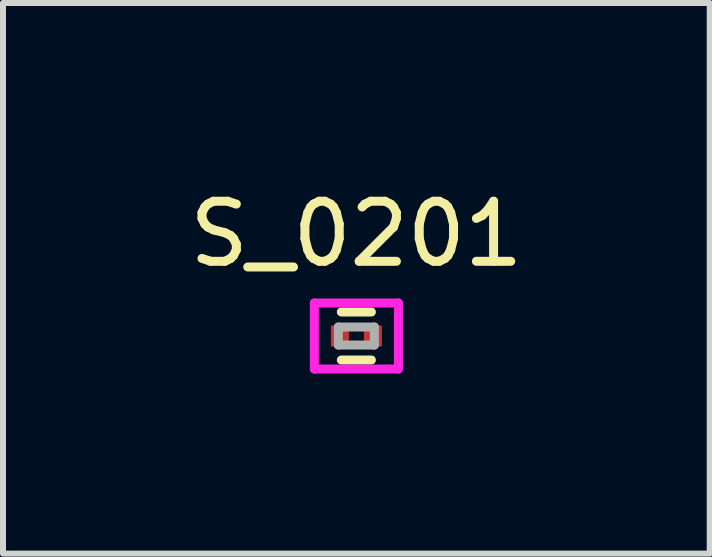
<source format=kicad_pcb>
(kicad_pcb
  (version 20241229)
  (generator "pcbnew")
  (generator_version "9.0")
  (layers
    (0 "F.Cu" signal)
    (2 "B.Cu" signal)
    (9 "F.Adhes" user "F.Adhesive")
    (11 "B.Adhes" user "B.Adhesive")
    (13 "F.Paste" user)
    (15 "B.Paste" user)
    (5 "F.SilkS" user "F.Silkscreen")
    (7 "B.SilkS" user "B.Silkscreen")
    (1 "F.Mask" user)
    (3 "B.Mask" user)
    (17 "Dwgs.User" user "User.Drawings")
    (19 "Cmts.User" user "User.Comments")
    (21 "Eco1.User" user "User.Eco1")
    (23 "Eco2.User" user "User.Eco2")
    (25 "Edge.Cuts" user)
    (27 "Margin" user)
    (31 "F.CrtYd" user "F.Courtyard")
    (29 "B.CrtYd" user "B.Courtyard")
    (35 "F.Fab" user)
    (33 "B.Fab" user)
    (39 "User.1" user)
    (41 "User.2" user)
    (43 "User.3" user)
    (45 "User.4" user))
  (footprint "S_0201"
    (layer "F.Cu")
    (at 2.887 2.548)
    (property "Reference" "S_0201" (at 0 -1.7 0) (layer "F.SilkS") (effects (font (size 1 1) (thickness 0.15))))
    (attr smd)
    (fp_line (start -0.25 -0.4) (end 0.25 -0.4) (stroke (width 0.15) (type solid)) (layer "F.SilkS"))
    (fp_line (start 0.25 0.4) (end -0.25 0.4) (stroke (width 0.15) (type solid)) (layer "F.SilkS"))
    (fp_line (start -0.7 -0.55) (end -0.7 0.55) (stroke (width 0.15) (type solid)) (layer "F.CrtYd"))
    (fp_line (start -0.7 -0.55) (end 0.7 -0.55) (stroke (width 0.15) (type solid)) (layer "F.CrtYd"))
    (fp_line (start -0.7 0.55) (end 0.7 0.55) (stroke (width 0.15) (type solid)) (layer "F.CrtYd"))
    (fp_line (start 0.7 -0.55) (end 0.7 0.55) (stroke (width 0.15) (type solid)) (layer "F.CrtYd"))
    (fp_line (start -0.3 -0.15) (end 0.3 -0.15) (stroke (width 0.15) (type solid)) (layer "F.Fab"))
    (fp_line (start -0.3 0.15) (end -0.3 -0.15) (stroke (width 0.15) (type solid)) (layer "F.Fab"))
    (fp_line (start 0.3 -0.15) (end 0.3 0.15) (stroke (width 0.15) (type solid)) (layer "F.Fab"))
    (fp_line (start 0.3 0.15) (end -0.3 0.15) (stroke (width 0.15) (type solid)) (layer "F.Fab"))
    (pad "1" smd rect (at -0.275 0) (size 0.3 0.35) (layers "F.Cu" "F.Mask" "F.Paste"))
    (pad "2" smd rect (at 0.275 0) (size 0.3 0.35) (layers "F.Cu" "F.Mask" "F.Paste")))
  (gr_rect
    (start -3 -3)
    (end 8.774 6.173)
    (stroke (width 0.1) (type default))
    (fill no)
    (layer "Edge.Cuts")))
</source>
